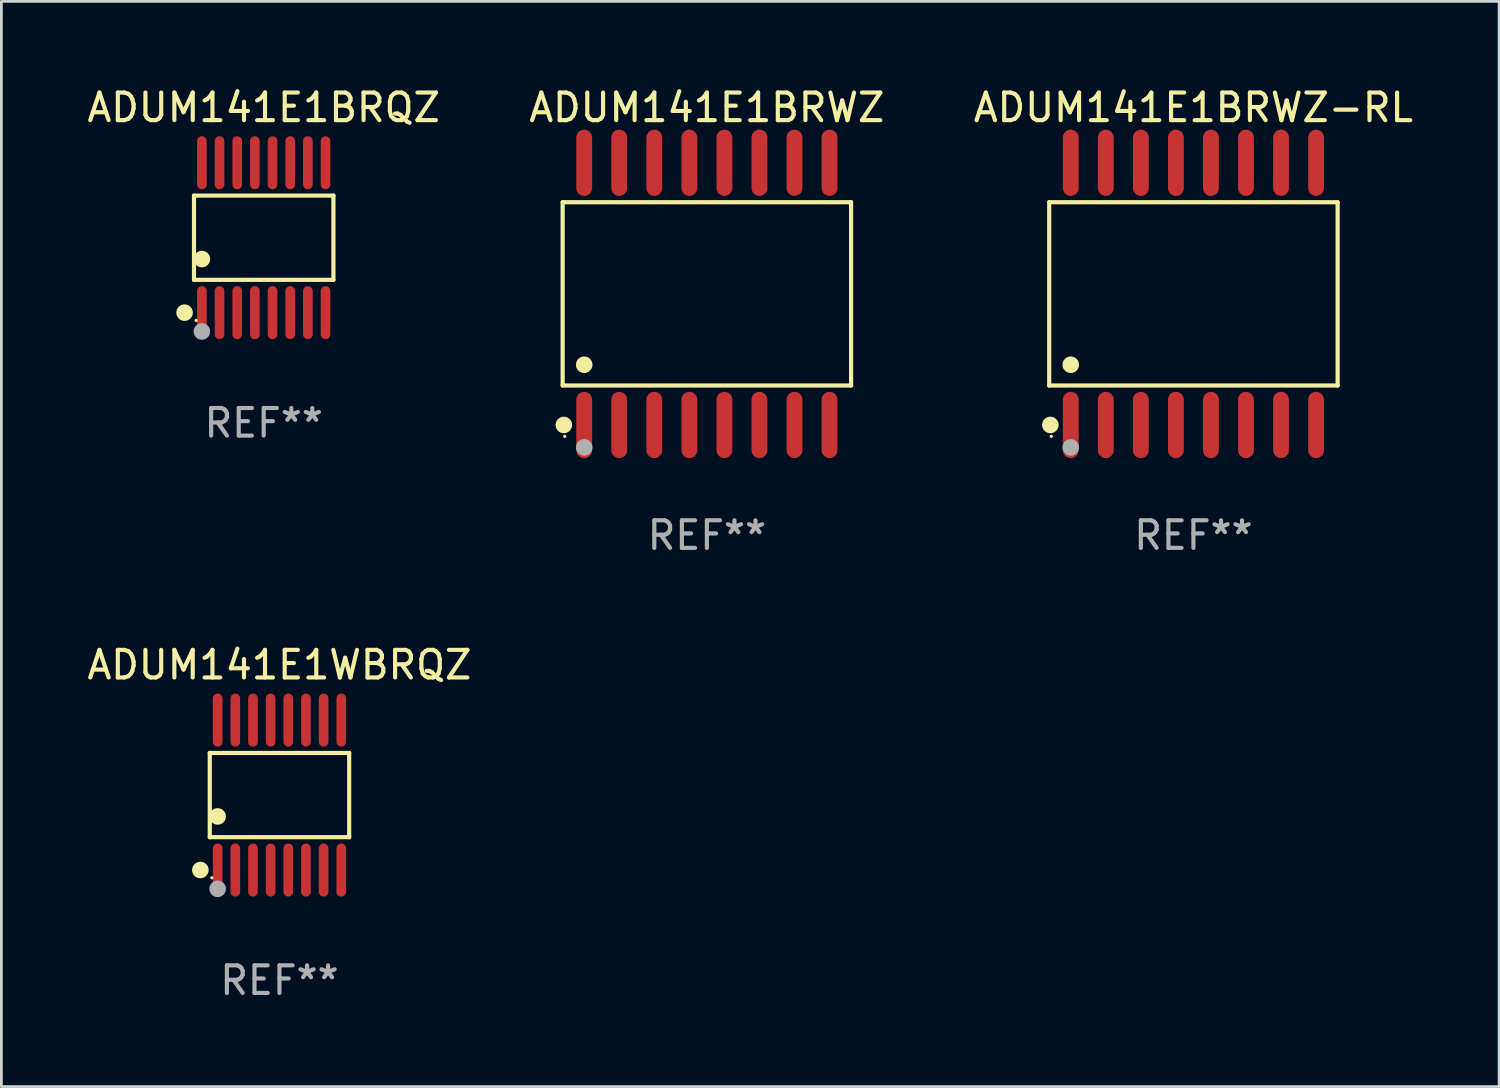
<source format=kicad_pcb>
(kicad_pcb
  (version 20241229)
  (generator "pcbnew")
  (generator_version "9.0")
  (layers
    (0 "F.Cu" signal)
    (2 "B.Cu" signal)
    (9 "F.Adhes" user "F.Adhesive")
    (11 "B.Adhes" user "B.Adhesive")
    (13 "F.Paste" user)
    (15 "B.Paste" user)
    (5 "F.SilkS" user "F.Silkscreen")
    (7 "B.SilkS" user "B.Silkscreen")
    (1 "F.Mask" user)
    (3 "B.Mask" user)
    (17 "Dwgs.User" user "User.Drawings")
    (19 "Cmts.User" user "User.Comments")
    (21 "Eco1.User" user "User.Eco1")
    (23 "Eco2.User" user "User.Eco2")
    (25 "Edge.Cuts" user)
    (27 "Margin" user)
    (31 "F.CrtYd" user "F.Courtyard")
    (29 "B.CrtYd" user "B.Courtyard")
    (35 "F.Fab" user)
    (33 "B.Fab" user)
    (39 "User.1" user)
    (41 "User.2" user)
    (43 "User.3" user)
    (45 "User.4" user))
  (footprint "ADUM141E1BRQZ"
    (layer "F.Cu")
    (at 6.506 5.564)
    (property "Reference" "ADUM141E1BRQZ" (at 0 -4.716 0) (layer "F.SilkS") (effects (font (size 1 1) (thickness 0.15))))
    (attr through_hole)
    (fp_line (start -2.526 -1.526) (end 2.526 -1.526) (stroke (width 0.152) (type solid)) (layer "F.SilkS"))
    (fp_line (start -2.526 1.526) (end -2.526 -1.526) (stroke (width 0.152) (type solid)) (layer "F.SilkS"))
    (fp_line (start 2.526 -1.526) (end 2.526 1.526) (stroke (width 0.152) (type solid)) (layer "F.SilkS"))
    (fp_line (start 2.526 1.526) (end -2.526 1.526) (stroke (width 0.152) (type solid)) (layer "F.SilkS"))
    (fp_circle (center -2.867 2.716) (end -2.717 2.716) (stroke (width 0.3) (type solid)) (fill no) (layer "F.SilkS"))
    (fp_circle (center -2.45 2.997) (end -2.42 2.997) (stroke (width 0.06) (type solid)) (fill no) (layer "F.SilkS"))
    (fp_circle (center -2.24 0.774) (end -2.09 0.774) (stroke (width 0.3) (type solid)) (fill no) (layer "F.SilkS"))
    (fp_circle (center -2.24 3.398) (end -2.09 3.398) (stroke (width 0.3) (type solid)) (fill no) (layer "F.Fab"))
    (fp_text user "REF**" (at 0 6.716 0) (layer "F.Fab") (effects (font (size 1 1) (thickness 0.15))))
    (pad "1" smd oval (at -2.24 2.716) (size 0.35 1.922) (layers "F.Cu" "F.Mask" "F.Paste"))
    (pad "2" smd oval (at -1.6 2.716) (size 0.35 1.922) (layers "F.Cu" "F.Mask" "F.Paste"))
    (pad "3" smd oval (at -0.96 2.716) (size 0.35 1.922) (layers "F.Cu" "F.Mask" "F.Paste"))
    (pad "4" smd oval (at -0.32 2.716) (size 0.35 1.922) (layers "F.Cu" "F.Mask" "F.Paste"))
    (pad "5" smd oval (at 0.32 2.716) (size 0.35 1.922) (layers "F.Cu" "F.Mask" "F.Paste"))
    (pad "6" smd oval (at 0.96 2.716) (size 0.35 1.922) (layers "F.Cu" "F.Mask" "F.Paste"))
    (pad "7" smd oval (at 1.6 2.716) (size 0.35 1.922) (layers "F.Cu" "F.Mask" "F.Paste"))
    (pad "8" smd oval (at 2.24 2.716) (size 0.35 1.922) (layers "F.Cu" "F.Mask" "F.Paste"))
    (pad "9" smd oval (at 2.24 -2.716) (size 0.35 1.922) (layers "F.Cu" "F.Mask" "F.Paste"))
    (pad "10" smd oval (at 1.6 -2.716) (size 0.35 1.922) (layers "F.Cu" "F.Mask" "F.Paste"))
    (pad "11" smd oval (at 0.96 -2.716) (size 0.35 1.922) (layers "F.Cu" "F.Mask" "F.Paste"))
    (pad "12" smd oval (at 0.32 -2.716) (size 0.35 1.922) (layers "F.Cu" "F.Mask" "F.Paste"))
    (pad "13" smd oval (at -0.32 -2.716) (size 0.35 1.922) (layers "F.Cu" "F.Mask" "F.Paste"))
    (pad "14" smd oval (at -0.96 -2.716) (size 0.35 1.922) (layers "F.Cu" "F.Mask" "F.Paste"))
    (pad "15" smd oval (at -1.6 -2.716) (size 0.35 1.922) (layers "F.Cu" "F.Mask" "F.Paste"))
    (pad "16" smd oval (at -2.24 -2.716) (size 0.35 1.922) (layers "F.Cu" "F.Mask" "F.Paste")))
  (footprint "ADUM141E1BRWZ-RL"
    (layer "F.Cu")
    (at 40.196 7.599)
    (property "Reference" "ADUM141E1BRWZ-RL" (at 0 -6.75 0) (layer "F.SilkS") (effects (font (size 1 1) (thickness 0.15))))
    (attr through_hole)
    (fp_line (start -5.226 -3.321) (end 5.226 -3.321) (stroke (width 0.152) (type solid)) (layer "F.SilkS"))
    (fp_line (start -5.226 3.321) (end -5.226 -3.321) (stroke (width 0.152) (type solid)) (layer "F.SilkS"))
    (fp_line (start 5.226 -3.321) (end 5.226 3.321) (stroke (width 0.152) (type solid)) (layer "F.SilkS"))
    (fp_line (start 5.226 3.321) (end -5.226 3.321) (stroke (width 0.152) (type solid)) (layer "F.SilkS"))
    (fp_circle (center -5.184 4.75) (end -5.034 4.75) (stroke (width 0.3) (type solid)) (fill no) (layer "F.SilkS"))
    (fp_circle (center -5.15 5.163) (end -5.12 5.163) (stroke (width 0.06) (type solid)) (fill no) (layer "F.SilkS"))
    (fp_circle (center -4.445 2.569) (end -4.295 2.569) (stroke (width 0.3) (type solid)) (fill no) (layer "F.SilkS"))
    (fp_circle (center -4.445 5.563) (end -4.295 5.563) (stroke (width 0.3) (type solid)) (fill no) (layer "F.Fab"))
    (fp_text user "REF**" (at 0 8.75 0) (layer "F.Fab") (effects (font (size 1 1) (thickness 0.15))))
    (pad "1" smd oval (at -4.445 4.75) (size 0.574 2.401) (layers "F.Cu" "F.Mask" "F.Paste"))
    (pad "2" smd oval (at -3.175 4.75) (size 0.574 2.401) (layers "F.Cu" "F.Mask" "F.Paste"))
    (pad "3" smd oval (at -1.905 4.75) (size 0.574 2.401) (layers "F.Cu" "F.Mask" "F.Paste"))
    (pad "4" smd oval (at -0.635 4.75) (size 0.574 2.401) (layers "F.Cu" "F.Mask" "F.Paste"))
    (pad "5" smd oval (at 0.635 4.75) (size 0.574 2.401) (layers "F.Cu" "F.Mask" "F.Paste"))
    (pad "6" smd oval (at 1.905 4.75) (size 0.574 2.401) (layers "F.Cu" "F.Mask" "F.Paste"))
    (pad "7" smd oval (at 3.175 4.75) (size 0.574 2.401) (layers "F.Cu" "F.Mask" "F.Paste"))
    (pad "8" smd oval (at 4.445 4.75) (size 0.574 2.401) (layers "F.Cu" "F.Mask" "F.Paste"))
    (pad "9" smd oval (at 4.445 -4.75) (size 0.574 2.401) (layers "F.Cu" "F.Mask" "F.Paste"))
    (pad "10" smd oval (at 3.175 -4.75) (size 0.574 2.401) (layers "F.Cu" "F.Mask" "F.Paste"))
    (pad "11" smd oval (at 1.905 -4.75) (size 0.574 2.401) (layers "F.Cu" "F.Mask" "F.Paste"))
    (pad "12" smd oval (at 0.635 -4.75) (size 0.574 2.401) (layers "F.Cu" "F.Mask" "F.Paste"))
    (pad "13" smd oval (at -0.635 -4.75) (size 0.574 2.401) (layers "F.Cu" "F.Mask" "F.Paste"))
    (pad "14" smd oval (at -1.905 -4.75) (size 0.574 2.401) (layers "F.Cu" "F.Mask" "F.Paste"))
    (pad "15" smd oval (at -3.175 -4.75) (size 0.574 2.401) (layers "F.Cu" "F.Mask" "F.Paste"))
    (pad "16" smd oval (at -4.445 -4.75) (size 0.574 2.401) (layers "F.Cu" "F.Mask" "F.Paste")))
  (footprint "ADUM141E1WBRQZ"
    (layer "F.Cu")
    (at 7.077 25.761)
    (property "Reference" "ADUM141E1WBRQZ" (at 0 -4.716 0) (layer "F.SilkS") (effects (font (size 1 1) (thickness 0.15))))
    (attr through_hole)
    (fp_line (start -2.526 -1.526) (end 2.526 -1.526) (stroke (width 0.152) (type solid)) (layer "F.SilkS"))
    (fp_line (start -2.526 1.526) (end -2.526 -1.526) (stroke (width 0.152) (type solid)) (layer "F.SilkS"))
    (fp_line (start 2.526 -1.526) (end 2.526 1.526) (stroke (width 0.152) (type solid)) (layer "F.SilkS"))
    (fp_line (start 2.526 1.526) (end -2.526 1.526) (stroke (width 0.152) (type solid)) (layer "F.SilkS"))
    (fp_circle (center -2.867 2.716) (end -2.717 2.716) (stroke (width 0.3) (type solid)) (fill no) (layer "F.SilkS"))
    (fp_circle (center -2.45 2.997) (end -2.42 2.997) (stroke (width 0.06) (type solid)) (fill no) (layer "F.SilkS"))
    (fp_circle (center -2.24 0.774) (end -2.09 0.774) (stroke (width 0.3) (type solid)) (fill no) (layer "F.SilkS"))
    (fp_circle (center -2.24 3.398) (end -2.09 3.398) (stroke (width 0.3) (type solid)) (fill no) (layer "F.Fab"))
    (fp_text user "REF**" (at 0 6.716 0) (layer "F.Fab") (effects (font (size 1 1) (thickness 0.15))))
    (pad "1" smd oval (at -2.24 2.716) (size 0.35 1.922) (layers "F.Cu" "F.Mask" "F.Paste"))
    (pad "2" smd oval (at -1.6 2.716) (size 0.35 1.922) (layers "F.Cu" "F.Mask" "F.Paste"))
    (pad "3" smd oval (at -0.96 2.716) (size 0.35 1.922) (layers "F.Cu" "F.Mask" "F.Paste"))
    (pad "4" smd oval (at -0.32 2.716) (size 0.35 1.922) (layers "F.Cu" "F.Mask" "F.Paste"))
    (pad "5" smd oval (at 0.32 2.716) (size 0.35 1.922) (layers "F.Cu" "F.Mask" "F.Paste"))
    (pad "6" smd oval (at 0.96 2.716) (size 0.35 1.922) (layers "F.Cu" "F.Mask" "F.Paste"))
    (pad "7" smd oval (at 1.6 2.716) (size 0.35 1.922) (layers "F.Cu" "F.Mask" "F.Paste"))
    (pad "8" smd oval (at 2.24 2.716) (size 0.35 1.922) (layers "F.Cu" "F.Mask" "F.Paste"))
    (pad "9" smd oval (at 2.24 -2.716) (size 0.35 1.922) (layers "F.Cu" "F.Mask" "F.Paste"))
    (pad "10" smd oval (at 1.6 -2.716) (size 0.35 1.922) (layers "F.Cu" "F.Mask" "F.Paste"))
    (pad "11" smd oval (at 0.96 -2.716) (size 0.35 1.922) (layers "F.Cu" "F.Mask" "F.Paste"))
    (pad "12" smd oval (at 0.32 -2.716) (size 0.35 1.922) (layers "F.Cu" "F.Mask" "F.Paste"))
    (pad "13" smd oval (at -0.32 -2.716) (size 0.35 1.922) (layers "F.Cu" "F.Mask" "F.Paste"))
    (pad "14" smd oval (at -0.96 -2.716) (size 0.35 1.922) (layers "F.Cu" "F.Mask" "F.Paste"))
    (pad "15" smd oval (at -1.6 -2.716) (size 0.35 1.922) (layers "F.Cu" "F.Mask" "F.Paste"))
    (pad "16" smd oval (at -2.24 -2.716) (size 0.35 1.922) (layers "F.Cu" "F.Mask" "F.Paste")))
  (footprint "ADUM141E1BRWZ"
    (layer "F.Cu")
    (at 22.565 7.599)
    (property "Reference" "ADUM141E1BRWZ" (at 0 -6.75 0) (layer "F.SilkS") (effects (font (size 1 1) (thickness 0.15))))
    (attr through_hole)
    (fp_line (start -5.226 -3.321) (end 5.226 -3.321) (stroke (width 0.152) (type solid)) (layer "F.SilkS"))
    (fp_line (start -5.226 3.321) (end -5.226 -3.321) (stroke (width 0.152) (type solid)) (layer "F.SilkS"))
    (fp_line (start 5.226 -3.321) (end 5.226 3.321) (stroke (width 0.152) (type solid)) (layer "F.SilkS"))
    (fp_line (start 5.226 3.321) (end -5.226 3.321) (stroke (width 0.152) (type solid)) (layer "F.SilkS"))
    (fp_circle (center -5.184 4.75) (end -5.034 4.75) (stroke (width 0.3) (type solid)) (fill no) (layer "F.SilkS"))
    (fp_circle (center -5.15 5.163) (end -5.12 5.163) (stroke (width 0.06) (type solid)) (fill no) (layer "F.SilkS"))
    (fp_circle (center -4.445 2.569) (end -4.295 2.569) (stroke (width 0.3) (type solid)) (fill no) (layer "F.SilkS"))
    (fp_circle (center -4.445 5.563) (end -4.295 5.563) (stroke (width 0.3) (type solid)) (fill no) (layer "F.Fab"))
    (fp_text user "REF**" (at 0 8.75 0) (layer "F.Fab") (effects (font (size 1 1) (thickness 0.15))))
    (pad "1" smd oval (at -4.445 4.75) (size 0.574 2.401) (layers "F.Cu" "F.Mask" "F.Paste"))
    (pad "2" smd oval (at -3.175 4.75) (size 0.574 2.401) (layers "F.Cu" "F.Mask" "F.Paste"))
    (pad "3" smd oval (at -1.905 4.75) (size 0.574 2.401) (layers "F.Cu" "F.Mask" "F.Paste"))
    (pad "4" smd oval (at -0.635 4.75) (size 0.574 2.401) (layers "F.Cu" "F.Mask" "F.Paste"))
    (pad "5" smd oval (at 0.635 4.75) (size 0.574 2.401) (layers "F.Cu" "F.Mask" "F.Paste"))
    (pad "6" smd oval (at 1.905 4.75) (size 0.574 2.401) (layers "F.Cu" "F.Mask" "F.Paste"))
    (pad "7" smd oval (at 3.175 4.75) (size 0.574 2.401) (layers "F.Cu" "F.Mask" "F.Paste"))
    (pad "8" smd oval (at 4.445 4.75) (size 0.574 2.401) (layers "F.Cu" "F.Mask" "F.Paste"))
    (pad "9" smd oval (at 4.445 -4.75) (size 0.574 2.401) (layers "F.Cu" "F.Mask" "F.Paste"))
    (pad "10" smd oval (at 3.175 -4.75) (size 0.574 2.401) (layers "F.Cu" "F.Mask" "F.Paste"))
    (pad "11" smd oval (at 1.905 -4.75) (size 0.574 2.401) (layers "F.Cu" "F.Mask" "F.Paste"))
    (pad "12" smd oval (at 0.635 -4.75) (size 0.574 2.401) (layers "F.Cu" "F.Mask" "F.Paste"))
    (pad "13" smd oval (at -0.635 -4.75) (size 0.574 2.401) (layers "F.Cu" "F.Mask" "F.Paste"))
    (pad "14" smd oval (at -1.905 -4.75) (size 0.574 2.401) (layers "F.Cu" "F.Mask" "F.Paste"))
    (pad "15" smd oval (at -3.175 -4.75) (size 0.574 2.401) (layers "F.Cu" "F.Mask" "F.Paste"))
    (pad "16" smd oval (at -4.445 -4.75) (size 0.574 2.401) (layers "F.Cu" "F.Mask" "F.Paste")))
  (gr_rect
    (start -3 -3)
    (end 51.274 36.325)
    (stroke (width 0.1) (type default))
    (fill no)
    (layer "Edge.Cuts")))
</source>
